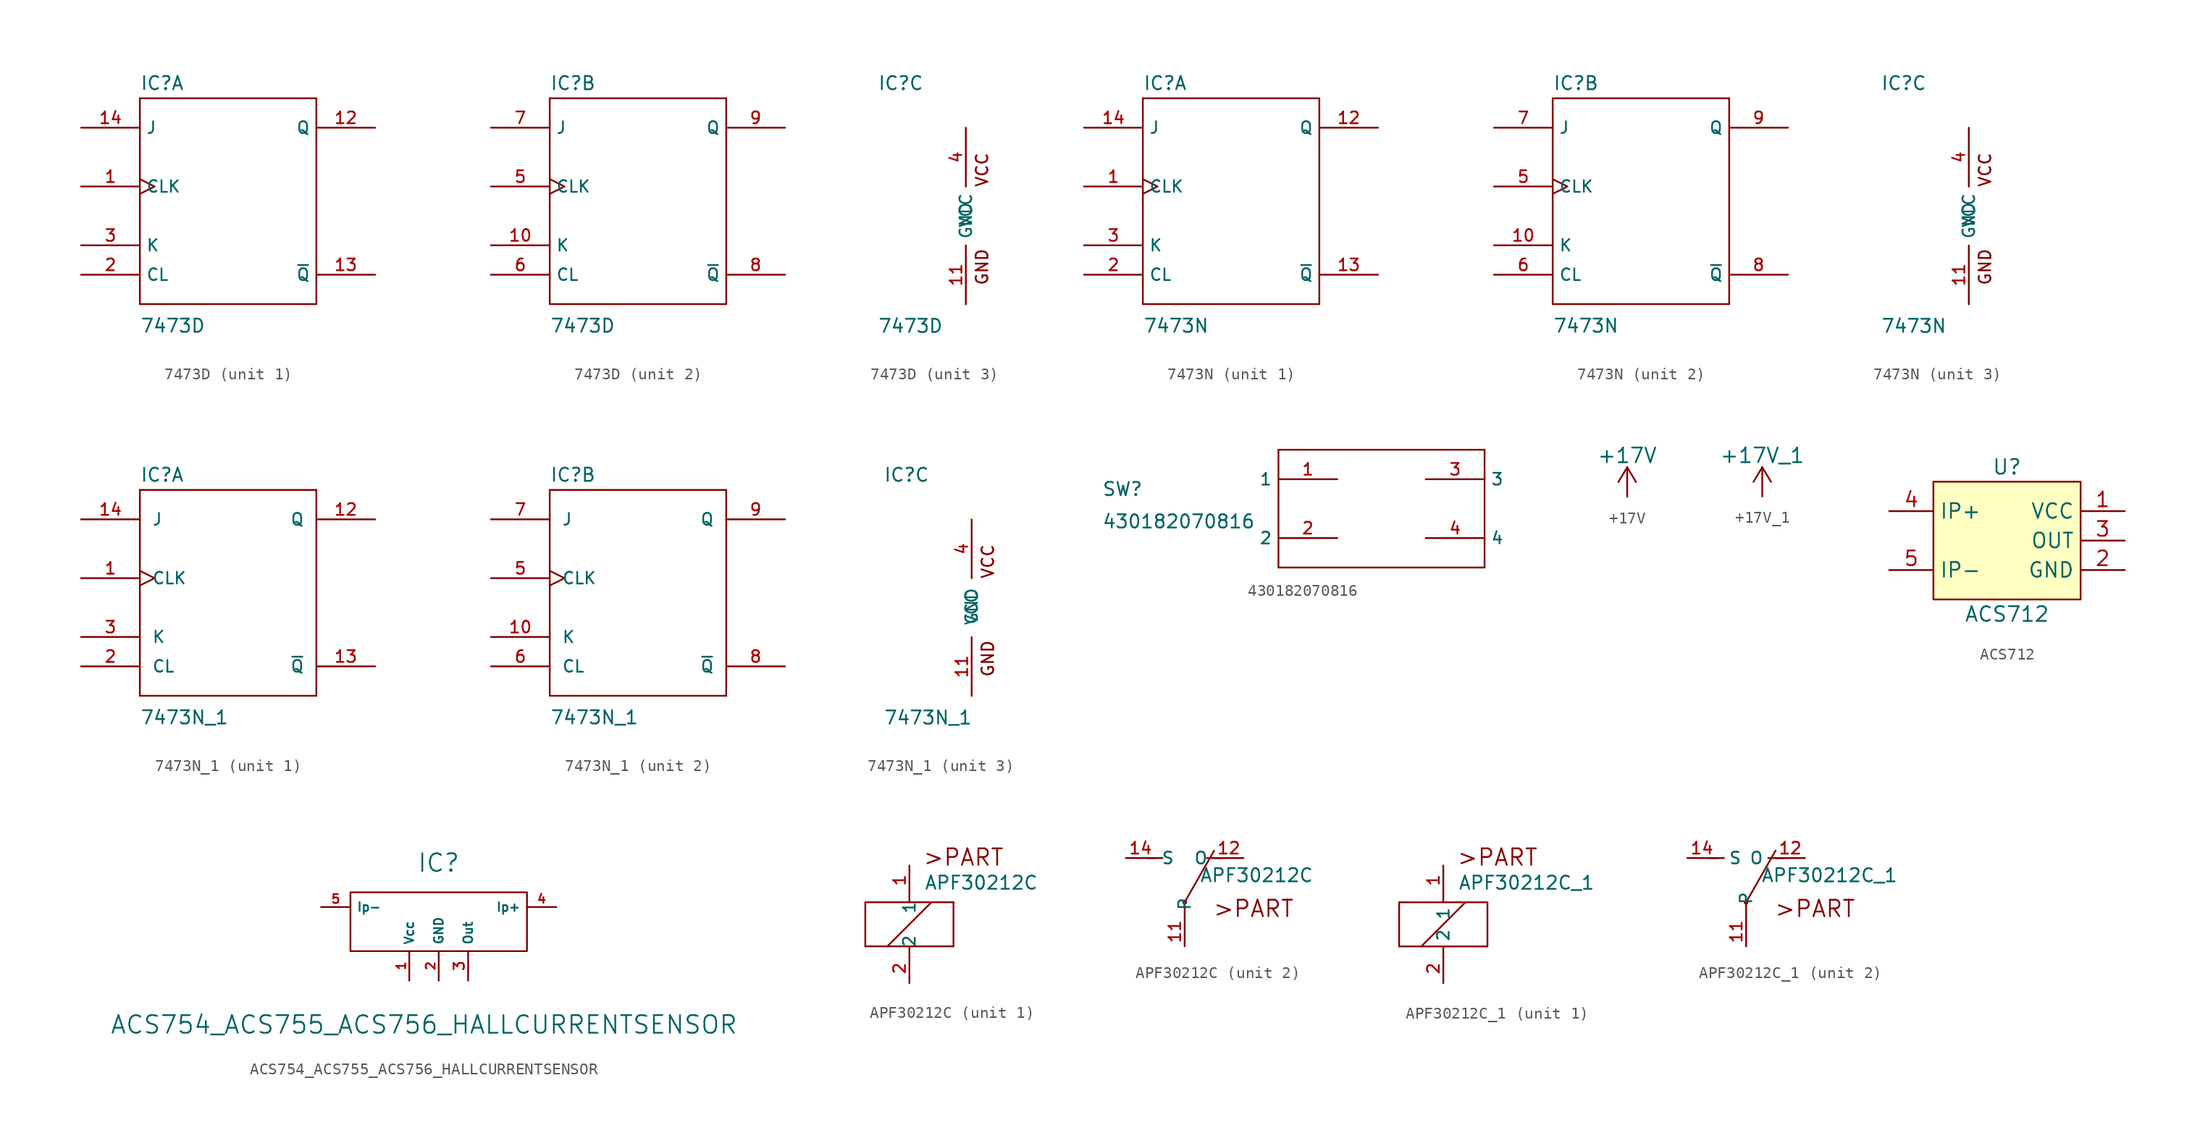
<source format=kicad_sym>
(kicad_symbol_lib
  (version 20201005)
  (generator kicad_symbol_editor)
  (symbol "Zimprich:7473D"
    (property "Reference" "IC"
      (at -7.62 10.795 0)
      (effects (font (size 1.143 1.143)) (justify left bottom)))
    (property "Value" "7473D"
      (at -7.62 -10.16 0)
      (effects (font (size 1.143 1.143)) (justify left bottom)))
    (property "ki_locked" ""
      (at 0 0 0)
      (effects (font (size 1.27 1.27))))
    (symbol "7473D_1_0"
      (polyline (pts (xy -7.62 -7.62) (xy 7.62 -7.62)) (stroke (width 0)) (fill (type none)))
      (polyline (pts (xy -7.62 10.16) (xy -7.62 -7.62)) (stroke (width 0)) (fill (type none)))
      (polyline (pts (xy 7.62 -7.62) (xy 7.62 10.16)) (stroke (width 0)) (fill (type none)))
      (polyline (pts (xy 7.62 10.16) (xy -7.62 10.16)) (stroke (width 0)) (fill (type none))))
    (symbol "7473D_1_1"
      (pin input clock (at -12.7 2.54 0) (length 5.08) (name "CLK" (effects (font (size 1.016 1.016)))) (number "1" (effects (font (size 1.016 1.016)))))
      (pin output line (at 12.7 7.62 180) (length 5.08) (name "Q" (effects (font (size 1.016 1.016)))) (number "12" (effects (font (size 1.016 1.016)))))
      (pin output line (at 12.7 -5.08 180) (length 5.08) (name "~Q" (effects (font (size 1.016 1.016)))) (number "13" (effects (font (size 1.016 1.016)))))
      (pin input line (at -12.7 7.62 0) (length 5.08) (name "J" (effects (font (size 1.016 1.016)))) (number "14" (effects (font (size 1.016 1.016)))))
      (pin input line (at -12.7 -5.08 0) (length 5.08) (name "CL" (effects (font (size 1.016 1.016)))) (number "2" (effects (font (size 1.016 1.016)))))
      (pin input line (at -12.7 -2.54 0) (length 5.08) (name "K" (effects (font (size 1.016 1.016)))) (number "3" (effects (font (size 1.016 1.016))))))
    (symbol "7473D_2_0"
      (polyline (pts (xy -7.62 -7.62) (xy 7.62 -7.62)) (stroke (width 0)) (fill (type none)))
      (polyline (pts (xy -7.62 10.16) (xy -7.62 -7.62)) (stroke (width 0)) (fill (type none)))
      (polyline (pts (xy 7.62 -7.62) (xy 7.62 10.16)) (stroke (width 0)) (fill (type none)))
      (polyline (pts (xy 7.62 10.16) (xy -7.62 10.16)) (stroke (width 0)) (fill (type none))))
    (symbol "7473D_2_1"
      (pin input line (at -12.7 -2.54 0) (length 5.08) (name "K" (effects (font (size 1.016 1.016)))) (number "10" (effects (font (size 1.016 1.016)))))
      (pin input clock (at -12.7 2.54 0) (length 5.08) (name "CLK" (effects (font (size 1.016 1.016)))) (number "5" (effects (font (size 1.016 1.016)))))
      (pin input line (at -12.7 -5.08 0) (length 5.08) (name "CL" (effects (font (size 1.016 1.016)))) (number "6" (effects (font (size 1.016 1.016)))))
      (pin input line (at -12.7 7.62 0) (length 5.08) (name "J" (effects (font (size 1.016 1.016)))) (number "7" (effects (font (size 1.016 1.016)))))
      (pin output line (at 12.7 -5.08 180) (length 5.08) (name "~Q" (effects (font (size 1.016 1.016)))) (number "8" (effects (font (size 1.016 1.016)))))
      (pin output line (at 12.7 7.62 180) (length 5.08) (name "Q" (effects (font (size 1.016 1.016)))) (number "9" (effects (font (size 1.016 1.016))))))
    (symbol "7473D_3_0"
      (text "GND" (at 1.397 -4.394 900) (effects (font (size 1.016 1.016))))
      (text "VCC" (at 1.397 3.988 900) (effects (font (size 1.016 1.016)))))
    (symbol "7473D_3_1"
      (pin power_in line (at 0 -7.62 90) (length 5.08) (name "GND" (effects (font (size 1.016 1.016)))) (number "11" (effects (font (size 1.016 1.016)))))
      (pin power_in line (at 0 7.62 270) (length 5.08) (name "VCC" (effects (font (size 1.016 1.016)))) (number "4" (effects (font (size 1.016 1.016)))))))
  (symbol "Zimprich:7473N"
    (property "Reference" "IC"
      (at -7.62 10.795 0)
      (effects (font (size 1.143 1.143)) (justify left bottom)))
    (property "Value" "7473N"
      (at -7.62 -10.16 0)
      (effects (font (size 1.143 1.143)) (justify left bottom)))
    (property "ki_locked" ""
      (at 0 0 0)
      (effects (font (size 1.27 1.27))))
    (symbol "7473N_1_0"
      (polyline (pts (xy -7.62 -7.62) (xy 7.62 -7.62)) (stroke (width 0)) (fill (type none)))
      (polyline (pts (xy -7.62 10.16) (xy -7.62 -7.62)) (stroke (width 0)) (fill (type none)))
      (polyline (pts (xy 7.62 -7.62) (xy 7.62 10.16)) (stroke (width 0)) (fill (type none)))
      (polyline (pts (xy 7.62 10.16) (xy -7.62 10.16)) (stroke (width 0)) (fill (type none))))
    (symbol "7473N_1_1"
      (pin input clock (at -12.7 2.54 0) (length 5.08) (name "CLK" (effects (font (size 1.016 1.016)))) (number "1" (effects (font (size 1.016 1.016)))))
      (pin output line (at 12.7 7.62 180) (length 5.08) (name "Q" (effects (font (size 1.016 1.016)))) (number "12" (effects (font (size 1.016 1.016)))))
      (pin output line (at 12.7 -5.08 180) (length 5.08) (name "~Q" (effects (font (size 1.016 1.016)))) (number "13" (effects (font (size 1.016 1.016)))))
      (pin input line (at -12.7 7.62 0) (length 5.08) (name "J" (effects (font (size 1.016 1.016)))) (number "14" (effects (font (size 1.016 1.016)))))
      (pin input line (at -12.7 -5.08 0) (length 5.08) (name "CL" (effects (font (size 1.016 1.016)))) (number "2" (effects (font (size 1.016 1.016)))))
      (pin input line (at -12.7 -2.54 0) (length 5.08) (name "K" (effects (font (size 1.016 1.016)))) (number "3" (effects (font (size 1.016 1.016))))))
    (symbol "7473N_2_0"
      (polyline (pts (xy -7.62 -7.62) (xy 7.62 -7.62)) (stroke (width 0)) (fill (type none)))
      (polyline (pts (xy -7.62 10.16) (xy -7.62 -7.62)) (stroke (width 0)) (fill (type none)))
      (polyline (pts (xy 7.62 -7.62) (xy 7.62 10.16)) (stroke (width 0)) (fill (type none)))
      (polyline (pts (xy 7.62 10.16) (xy -7.62 10.16)) (stroke (width 0)) (fill (type none))))
    (symbol "7473N_2_1"
      (pin input line (at -12.7 -2.54 0) (length 5.08) (name "K" (effects (font (size 1.016 1.016)))) (number "10" (effects (font (size 1.016 1.016)))))
      (pin input clock (at -12.7 2.54 0) (length 5.08) (name "CLK" (effects (font (size 1.016 1.016)))) (number "5" (effects (font (size 1.016 1.016)))))
      (pin input line (at -12.7 -5.08 0) (length 5.08) (name "CL" (effects (font (size 1.016 1.016)))) (number "6" (effects (font (size 1.016 1.016)))))
      (pin input line (at -12.7 7.62 0) (length 5.08) (name "J" (effects (font (size 1.016 1.016)))) (number "7" (effects (font (size 1.016 1.016)))))
      (pin output line (at 12.7 -5.08 180) (length 5.08) (name "~Q" (effects (font (size 1.016 1.016)))) (number "8" (effects (font (size 1.016 1.016)))))
      (pin output line (at 12.7 7.62 180) (length 5.08) (name "Q" (effects (font (size 1.016 1.016)))) (number "9" (effects (font (size 1.016 1.016))))))
    (symbol "7473N_3_0"
      (text "GND" (at 1.397 -4.394 900) (effects (font (size 1.016 1.016))))
      (text "VCC" (at 1.397 3.988 900) (effects (font (size 1.016 1.016)))))
    (symbol "7473N_3_1"
      (pin power_in line (at 0 -7.62 90) (length 5.08) (name "GND" (effects (font (size 1.016 1.016)))) (number "11" (effects (font (size 1.016 1.016)))))
      (pin power_in line (at 0 7.62 270) (length 5.08) (name "VCC" (effects (font (size 1.016 1.016)))) (number "4" (effects (font (size 1.016 1.016)))))))
  (symbol "Zimprich:7473N_1"
    (pin_names
      (offset 1.016))
    (property "Reference" "IC"
      (at -7.62 10.795 0)
      (effects (font (size 1.143 1.143)) (justify left bottom)))
    (property "Value" "7473N_1"
      (at -7.62 -10.16 0)
      (effects (font (size 1.143 1.143)) (justify left bottom)))
    (property "ki_locked" ""
      (at 0 0 0)
      (effects (font (size 1.27 1.27))))
    (symbol "7473N_1_1_0"
      (polyline (pts (xy -7.62 -7.62) (xy 7.62 -7.62)) (stroke (width 0)) (fill (type none)))
      (polyline (pts (xy -7.62 10.16) (xy -7.62 -7.62)) (stroke (width 0)) (fill (type none)))
      (polyline (pts (xy 7.62 -7.62) (xy 7.62 10.16)) (stroke (width 0)) (fill (type none)))
      (polyline (pts (xy 7.62 10.16) (xy -7.62 10.16)) (stroke (width 0)) (fill (type none))))
    (symbol "7473N_1_1_1"
      (pin input clock (at -12.7 2.54 0) (length 5.08) (name "CLK" (effects (font (size 1.016 1.016)))) (number "1" (effects (font (size 1.016 1.016)))))
      (pin output line (at 12.7 7.62 180) (length 5.08) (name "Q" (effects (font (size 1.016 1.016)))) (number "12" (effects (font (size 1.016 1.016)))))
      (pin output line (at 12.7 -5.08 180) (length 5.08) (name "~Q" (effects (font (size 1.016 1.016)))) (number "13" (effects (font (size 1.016 1.016)))))
      (pin input line (at -12.7 7.62 0) (length 5.08) (name "J" (effects (font (size 1.016 1.016)))) (number "14" (effects (font (size 1.016 1.016)))))
      (pin input line (at -12.7 -5.08 0) (length 5.08) (name "CL" (effects (font (size 1.016 1.016)))) (number "2" (effects (font (size 1.016 1.016)))))
      (pin input line (at -12.7 -2.54 0) (length 5.08) (name "K" (effects (font (size 1.016 1.016)))) (number "3" (effects (font (size 1.016 1.016))))))
    (symbol "7473N_1_2_0"
      (polyline (pts (xy -7.62 -7.62) (xy 7.62 -7.62)) (stroke (width 0)) (fill (type none)))
      (polyline (pts (xy -7.62 10.16) (xy -7.62 -7.62)) (stroke (width 0)) (fill (type none)))
      (polyline (pts (xy 7.62 -7.62) (xy 7.62 10.16)) (stroke (width 0)) (fill (type none)))
      (polyline (pts (xy 7.62 10.16) (xy -7.62 10.16)) (stroke (width 0)) (fill (type none))))
    (symbol "7473N_1_2_1"
      (pin input line (at -12.7 -2.54 0) (length 5.08) (name "K" (effects (font (size 1.016 1.016)))) (number "10" (effects (font (size 1.016 1.016)))))
      (pin input clock (at -12.7 2.54 0) (length 5.08) (name "CLK" (effects (font (size 1.016 1.016)))) (number "5" (effects (font (size 1.016 1.016)))))
      (pin input line (at -12.7 -5.08 0) (length 5.08) (name "CL" (effects (font (size 1.016 1.016)))) (number "6" (effects (font (size 1.016 1.016)))))
      (pin input line (at -12.7 7.62 0) (length 5.08) (name "J" (effects (font (size 1.016 1.016)))) (number "7" (effects (font (size 1.016 1.016)))))
      (pin output line (at 12.7 -5.08 180) (length 5.08) (name "~Q" (effects (font (size 1.016 1.016)))) (number "8" (effects (font (size 1.016 1.016)))))
      (pin output line (at 12.7 7.62 180) (length 5.08) (name "Q" (effects (font (size 1.016 1.016)))) (number "9" (effects (font (size 1.016 1.016))))))
    (symbol "7473N_1_3_0"
      (text "GND" (at 1.397 -4.394 900) (effects (font (size 1.016 1.016))))
      (text "VCC" (at 1.397 3.988 900) (effects (font (size 1.016 1.016)))))
    (symbol "7473N_1_3_1"
      (pin power_in line (at 0 -7.62 90) (length 5.08) (name "GND" (effects (font (size 1.016 1.016)))) (number "11" (effects (font (size 1.016 1.016)))))
      (pin power_in line (at 0 7.62 270) (length 5.08) (name "VCC" (effects (font (size 1.016 1.016)))) (number "4" (effects (font (size 1.016 1.016)))))))
  (symbol "Zimprich:430182070816"
    (property "Reference" "SW"
      (at -24.13 1.016 0)
      (effects (font (size 1.143 1.143)) (justify left bottom)))
    (property "Value" "430182070816"
      (at -24.13 -1.778 0)
      (effects (font (size 1.143 1.143)) (justify left bottom)))
    (property "ki_locked" ""
      (at 0 0 0)
      (effects (font (size 1.27 1.27))))
    (symbol "430182070816_1_0"
      (polyline (pts (xy -8.89 -5.08) (xy -8.89 5.08)) (stroke (width 0)) (fill (type none)))
      (polyline (pts (xy -8.89 5.08) (xy 8.89 5.08)) (stroke (width 0)) (fill (type none)))
      (polyline (pts (xy 8.89 -5.08) (xy -8.89 -5.08)) (stroke (width 0)) (fill (type none)))
      (polyline (pts (xy 8.89 5.08) (xy 8.89 -5.08)) (stroke (width 0)) (fill (type none))))
    (symbol "430182070816_1_1"
      (pin bidirectional line (at -3.81 2.54 180) (length 5.08) (name "1" (effects (font (size 1.016 1.016)))) (number "1" (effects (font (size 1.016 1.016)))))
      (pin bidirectional line (at -3.81 -2.54 180) (length 5.08) (name "2" (effects (font (size 1.016 1.016)))) (number "2" (effects (font (size 1.016 1.016)))))
      (pin bidirectional line (at 3.81 2.54 0) (length 5.08) (name "3" (effects (font (size 1.016 1.016)))) (number "3" (effects (font (size 1.016 1.016)))))
      (pin bidirectional line (at 3.81 -2.54 0) (length 5.08) (name "4" (effects (font (size 1.016 1.016)))) (number "4" (effects (font (size 1.016 1.016)))))))
  (symbol "Zimprich:+17V"
    (power)
    (pin_names
      (offset 0))
    (property "Reference" "#PWR"
      (at 0 -3.81 0)
      (effects (font (size 1.27 1.27)) hide))
    (property "Value" "+17V"
      (at 0 3.556 0)
      (effects (font (size 1.27 1.27))))
    (property "Footprint" ""
      (at 0 0 0)
      (effects (font (size 1.27 1.27))))
    (property "Datasheet" ""
      (at 0 0 0)
      (effects (font (size 1.27 1.27))))
    (symbol "+17V_0_1"
      (polyline (pts (xy -0.762 1.27) (xy 0 2.54)) (stroke (width 0)) (fill (type none)))
      (polyline (pts (xy 0 0) (xy 0 2.54)) (stroke (width 0)) (fill (type none)))
      (polyline (pts (xy 0 2.54) (xy 0.762 1.27)) (stroke (width 0)) (fill (type none))))
    (symbol "+17V_1_1"
      (pin power_in line (at 0 0 90) (length 0) hide (name "+9V" (effects (font (size 1.27 1.27)))) (number "1" (effects (font (size 1.27 1.27)))))))
  (symbol "Zimprich:+17V_1"
    (power)
    (pin_names
      (offset 0))
    (property "Reference" "#PWR"
      (at 0 -3.81 0)
      (effects (font (size 1.27 1.27)) hide))
    (property "Value" "+17V_1"
      (at 0 3.556 0)
      (effects (font (size 1.27 1.27))))
    (property "Footprint" ""
      (at 0 0 0)
      (effects (font (size 1.27 1.27))))
    (property "Datasheet" ""
      (at 0 0 0)
      (effects (font (size 1.27 1.27))))
    (symbol "+17V_1_0_1"
      (polyline (pts (xy -0.762 1.27) (xy 0 2.54)) (stroke (width 0)) (fill (type none)))
      (polyline (pts (xy 0 0) (xy 0 2.54)) (stroke (width 0)) (fill (type none)))
      (polyline (pts (xy 0 2.54) (xy 0.762 1.27)) (stroke (width 0)) (fill (type none))))
    (symbol "+17V_1_1_1"
      (pin power_in line (at 0 0 90) (length 0) hide (name "+9V" (effects (font (size 1.27 1.27)))) (number "1" (effects (font (size 1.27 1.27)))))))
  (symbol "Zimprich:ACS712"
    (property "Reference" "U"
      (at 0 6.35 0)
      (effects (font (size 1.27 1.27))))
    (property "Value" "ACS712"
      (at 0 -6.35 0)
      (effects (font (size 1.27 1.27))))
    (property "Footprint" ""
      (at 0 0 0)
      (effects (font (size 1.524 1.524))))
    (property "Datasheet" ""
      (at 0 0 0)
      (effects (font (size 1.524 1.524))))
    (symbol "ACS712_0_1"
      (rectangle (start -6.35 5.08) (end 6.35 -5.08) (stroke (width 0)) (fill (type background))))
    (symbol "ACS712_1_1"
      (pin power_in line (at 10.16 2.54 180) (length 3.81) (name "VCC" (effects (font (size 1.27 1.27)))) (number "1" (effects (font (size 1.27 1.27)))))
      (pin power_in line (at 10.16 -2.54 180) (length 3.81) (name "GND" (effects (font (size 1.27 1.27)))) (number "2" (effects (font (size 1.27 1.27)))))
      (pin output line (at 10.16 0 180) (length 3.81) (name "OUT" (effects (font (size 1.27 1.27)))) (number "3" (effects (font (size 1.27 1.27)))))
      (pin input line (at -10.16 2.54 0) (length 3.81) (name "IP+" (effects (font (size 1.27 1.27)))) (number "4" (effects (font (size 1.27 1.27)))))
      (pin input line (at -10.16 -2.54 0) (length 3.81) (name "IP-" (effects (font (size 1.27 1.27)))) (number "5" (effects (font (size 1.27 1.27)))))))
  (symbol "Zimprich:ACS754_ACS755_ACS756_HALLCURRENTSENSOR"
    (property "Reference" "IC"
      (at 0 5.08 0)
      (effects (font (size 1.524 1.524))))
    (property "Value" "ACS754_ACS755_ACS756_HALLCURRENTSENSOR"
      (at -1.27 -8.89 0)
      (effects (font (size 1.524 1.524))))
    (property "Footprint" ""
      (at 0 0 0)
      (effects (font (size 1.524 1.524))))
    (property "Datasheet" ""
      (at 0 0 0)
      (effects (font (size 1.524 1.524))))
    (symbol "ACS754_ACS755_ACS756_HALLCURRENTSENSOR_0_1"
      (rectangle (start -7.62 2.54) (end 7.62 -2.54) (stroke (width 0)) (fill (type none))))
    (symbol "ACS754_ACS755_ACS756_HALLCURRENTSENSOR_1_1"
      (pin power_in line (at -2.54 -5.08 90) (length 2.54) (name "Vcc" (effects (font (size 0.762 0.762)))) (number "1" (effects (font (size 0.762 0.762)))))
      (pin power_in line (at 0 -5.08 90) (length 2.54) (name "GND" (effects (font (size 0.762 0.762)))) (number "2" (effects (font (size 0.762 0.762)))))
      (pin power_in line (at 2.54 -5.08 90) (length 2.54) (name "Out" (effects (font (size 0.762 0.762)))) (number "3" (effects (font (size 0.889 0.889)))))
      (pin power_in line (at 10.16 1.27 180) (length 2.54) (name "Ip+" (effects (font (size 0.762 0.762)))) (number "4" (effects (font (size 0.762 0.762)))))
      (pin power_in line (at -10.16 1.27 0) (length 2.54) (name "Ip-" (effects (font (size 0.762 0.762)))) (number "5" (effects (font (size 0.762 0.762)))))))
  (symbol "Zimprich:APF30212C"
    (property "Reference" "K"
      (at 0 0 0)
      (effects (font (size 1.143 1.143)) (justify left bottom) hide))
    (property "Value" "APF30212C"
      (at 1.27 2.921 0)
      (effects (font (size 1.143 1.143)) (justify left bottom)))
    (property "ki_locked" ""
      (at 0 0 0)
      (effects (font (size 1.27 1.27))))
    (symbol "APF30212C_1_0"
      (text ">PART" (at 4.674 5.791 0) (effects (font (size 1.422 1.422))))
      (polyline (pts (xy -3.81 -1.905) (xy -1.905 -1.905)) (stroke (width 0)) (fill (type none)))
      (polyline (pts (xy -3.81 1.905) (xy -3.81 -1.905)) (stroke (width 0)) (fill (type none)))
      (polyline (pts (xy -1.905 -1.905) (xy 0 -1.905)) (stroke (width 0)) (fill (type none)))
      (polyline (pts (xy -1.905 -1.905) (xy 1.905 1.905)) (stroke (width 0)) (fill (type none)))
      (polyline (pts (xy 0 -2.54) (xy 0 -1.905)) (stroke (width 0)) (fill (type none)))
      (polyline (pts (xy 0 -1.905) (xy 3.81 -1.905)) (stroke (width 0)) (fill (type none)))
      (polyline (pts (xy 0 1.905) (xy -3.81 1.905)) (stroke (width 0)) (fill (type none)))
      (polyline (pts (xy 0 2.54) (xy 0 1.905)) (stroke (width 0)) (fill (type none)))
      (polyline (pts (xy 1.905 1.905) (xy 0 1.905)) (stroke (width 0)) (fill (type none)))
      (polyline (pts (xy 3.81 -1.905) (xy 3.81 1.905)) (stroke (width 0)) (fill (type none)))
      (polyline (pts (xy 3.81 1.905) (xy 1.905 1.905)) (stroke (width 0)) (fill (type none))))
    (symbol "APF30212C_1_1"
      (pin passive line (at 0 5.08 270) (length 2.54) (name "1" (effects (font (size 1.016 1.016)))) (number "1" (effects (font (size 1.016 1.016)))))
      (pin passive line (at 0 -5.08 90) (length 2.54) (name "2" (effects (font (size 1.016 1.016)))) (number "2" (effects (font (size 1.016 1.016))))))
    (symbol "APF30212C_2_0"
      (text ">PART" (at 5.944 0.711 0) (effects (font (size 1.422 1.422))))
      (polyline (pts (xy -3.175 5.08) (xy -1.905 5.08)) (stroke (width 0)) (fill (type none)))
      (polyline (pts (xy 0 1.27) (xy 0 0)) (stroke (width 0)) (fill (type none)))
      (polyline (pts (xy 0 1.27) (xy 2.54 5.715)) (stroke (width 0)) (fill (type none)))
      (polyline (pts (xy 3.175 5.08) (xy 1.905 5.08)) (stroke (width 0)) (fill (type none))))
    (symbol "APF30212C_2_1"
      (circle (center 0 1.27) (radius 0.127) (stroke (width 0)) (fill (type outline)))
      (pin passive line (at 0 -2.54 90) (length 2.54) (name "P" (effects (font (size 1.016 1.016)))) (number "11" (effects (font (size 1.016 1.016)))))
      (pin passive line (at 5.08 5.08 180) (length 2.54) (name "O" (effects (font (size 1.016 1.016)))) (number "12" (effects (font (size 1.016 1.016)))))
      (pin passive line (at -5.08 5.08 0) (length 2.54) (name "S" (effects (font (size 1.016 1.016)))) (number "14" (effects (font (size 1.016 1.016)))))))
  (symbol "Zimprich:APF30212C_1"
    (pin_names
      (offset 1.016))
    (property "Reference" "K"
      (at 0 0 0)
      (effects (font (size 1.143 1.143)) (justify left bottom) hide))
    (property "Value" "APF30212C_1"
      (at 1.27 2.921 0)
      (effects (font (size 1.143 1.143)) (justify left bottom)))
    (property "ki_locked" ""
      (at 0 0 0)
      (effects (font (size 1.27 1.27))))
    (symbol "APF30212C_1_1_0"
      (text ">PART" (at 4.674 5.791 0) (effects (font (size 1.422 1.422))))
      (polyline (pts (xy -3.81 -1.905) (xy -1.905 -1.905)) (stroke (width 0)) (fill (type none)))
      (polyline (pts (xy -3.81 1.905) (xy -3.81 -1.905)) (stroke (width 0)) (fill (type none)))
      (polyline (pts (xy -1.905 -1.905) (xy 0 -1.905)) (stroke (width 0)) (fill (type none)))
      (polyline (pts (xy -1.905 -1.905) (xy 1.905 1.905)) (stroke (width 0)) (fill (type none)))
      (polyline (pts (xy 0 -2.54) (xy 0 -1.905)) (stroke (width 0)) (fill (type none)))
      (polyline (pts (xy 0 -1.905) (xy 3.81 -1.905)) (stroke (width 0)) (fill (type none)))
      (polyline (pts (xy 0 1.905) (xy -3.81 1.905)) (stroke (width 0)) (fill (type none)))
      (polyline (pts (xy 0 2.54) (xy 0 1.905)) (stroke (width 0)) (fill (type none)))
      (polyline (pts (xy 1.905 1.905) (xy 0 1.905)) (stroke (width 0)) (fill (type none)))
      (polyline (pts (xy 3.81 -1.905) (xy 3.81 1.905)) (stroke (width 0)) (fill (type none)))
      (polyline (pts (xy 3.81 1.905) (xy 1.905 1.905)) (stroke (width 0)) (fill (type none))))
    (symbol "APF30212C_1_1_1"
      (pin passive line (at 0 5.08 270) (length 2.54) (name "1" (effects (font (size 1.016 1.016)))) (number "1" (effects (font (size 1.016 1.016)))))
      (pin passive line (at 0 -5.08 90) (length 2.54) (name "2" (effects (font (size 1.016 1.016)))) (number "2" (effects (font (size 1.016 1.016))))))
    (symbol "APF30212C_1_2_0"
      (text ">PART" (at 5.944 0.711 0) (effects (font (size 1.422 1.422))))
      (polyline (pts (xy -3.175 5.08) (xy -1.905 5.08)) (stroke (width 0)) (fill (type none)))
      (polyline (pts (xy 0 1.27) (xy 0 0)) (stroke (width 0)) (fill (type none)))
      (polyline (pts (xy 0 1.27) (xy 2.54 5.715)) (stroke (width 0)) (fill (type none)))
      (polyline (pts (xy 3.175 5.08) (xy 1.905 5.08)) (stroke (width 0)) (fill (type none))))
    (symbol "APF30212C_1_2_1"
      (circle (center 0 1.27) (radius 0.127) (stroke (width 0)) (fill (type outline)))
      (pin passive line (at 0 -2.54 90) (length 2.54) (name "P" (effects (font (size 1.016 1.016)))) (number "11" (effects (font (size 1.016 1.016)))))
      (pin passive line (at 5.08 5.08 180) (length 2.54) (name "O" (effects (font (size 1.016 1.016)))) (number "12" (effects (font (size 1.016 1.016)))))
      (pin passive line (at -5.08 5.08 0) (length 2.54) (name "S" (effects (font (size 1.016 1.016)))) (number "14" (effects (font (size 1.016 1.016))))))))
</source>
